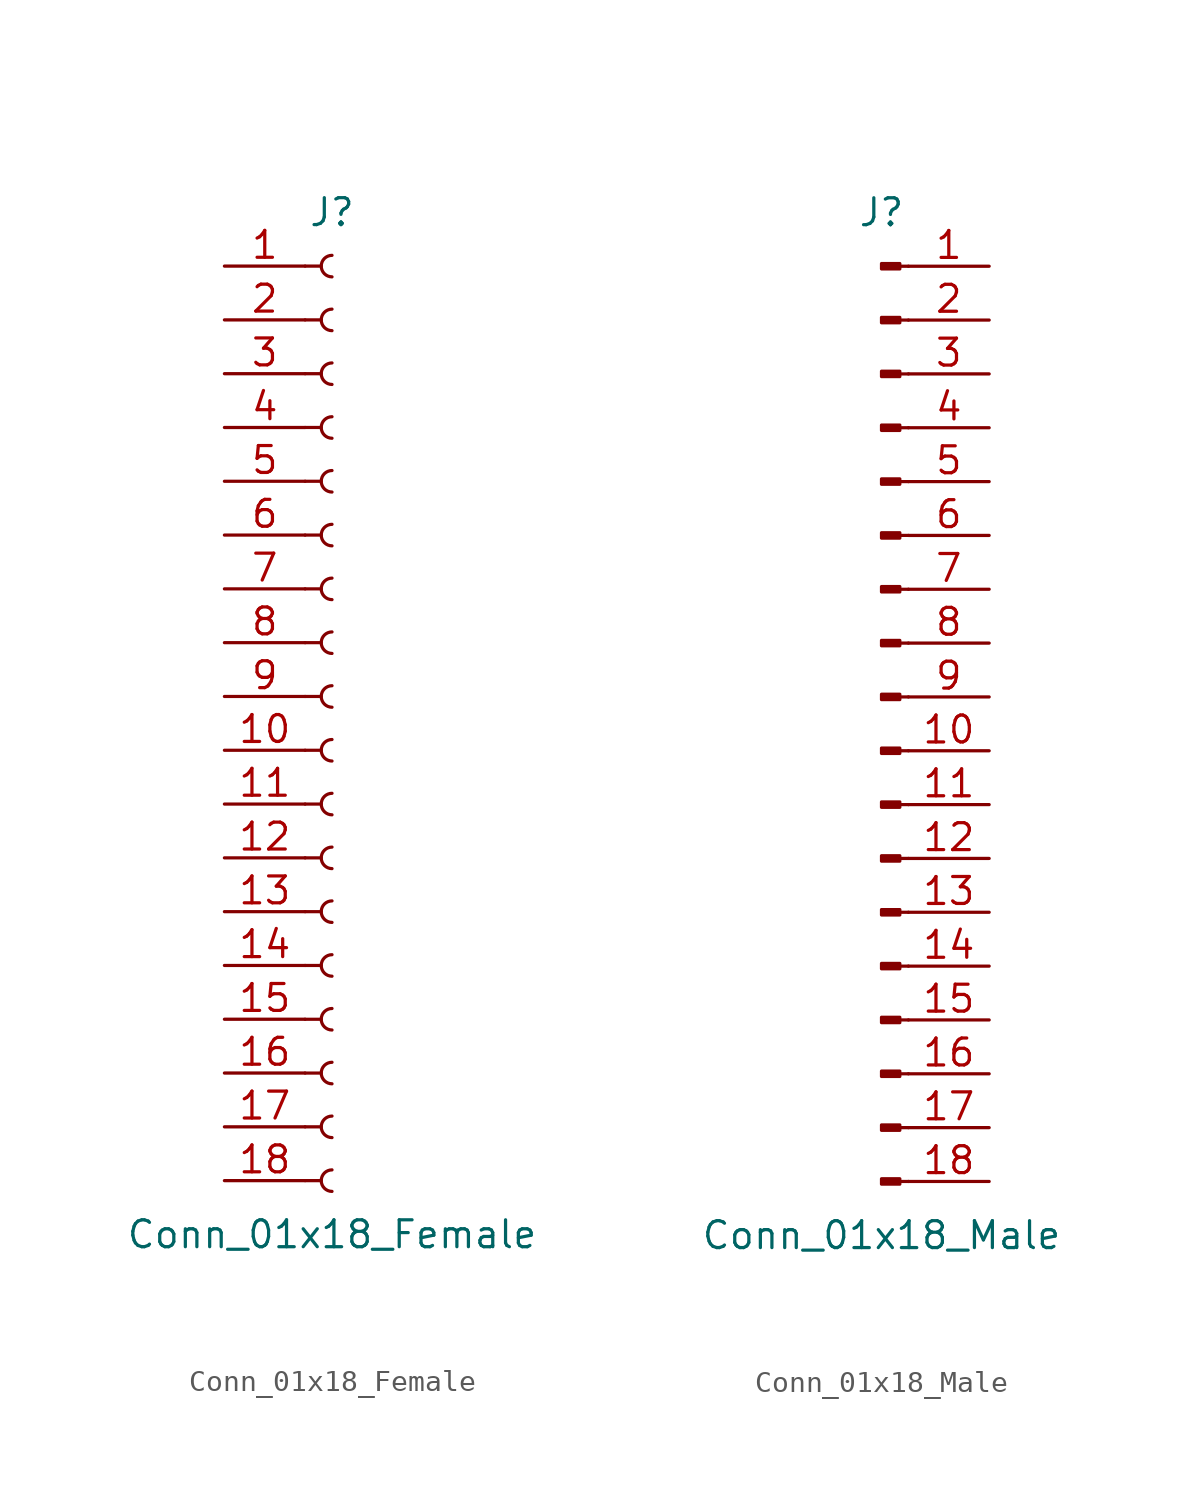
<source format=kicad_sym>
(kicad_symbol_lib
  (version 20211014)
  (generator kicad_symbol_editor)
  (symbol "Conn_01x18_Female"
    (pin_names
      (offset 1.016) hide)
    (property "Reference" "J"
      (at 0 22.86 0)
      (effects (font (size 1.27 1.27))))
    (property "Value" "Conn_01x18_Female"
      (at 0 -25.4 0)
      (effects (font (size 1.27 1.27))))
    (symbol "Conn_01x18_Female_1_1"
      (arc (start 0 -22.352) (mid -0.508 -22.86) (end 0 -23.368) (stroke (width 0.1524) (type default) (color 0 0 0 0)) (fill (type none)))
      (arc (start 0 -19.812) (mid -0.508 -20.32) (end 0 -20.828) (stroke (width 0.1524) (type default) (color 0 0 0 0)) (fill (type none)))
      (arc (start 0 -17.272) (mid -0.508 -17.78) (end 0 -18.288) (stroke (width 0.1524) (type default) (color 0 0 0 0)) (fill (type none)))
      (arc (start 0 -14.732) (mid -0.508 -15.24) (end 0 -15.748) (stroke (width 0.1524) (type default) (color 0 0 0 0)) (fill (type none)))
      (arc (start 0 -12.192) (mid -0.508 -12.7) (end 0 -13.208) (stroke (width 0.1524) (type default) (color 0 0 0 0)) (fill (type none)))
      (arc (start 0 -9.652) (mid -0.508 -10.16) (end 0 -10.668) (stroke (width 0.1524) (type default) (color 0 0 0 0)) (fill (type none)))
      (arc (start 0 -7.112) (mid -0.508 -7.62) (end 0 -8.128) (stroke (width 0.1524) (type default) (color 0 0 0 0)) (fill (type none)))
      (arc (start 0 -4.572) (mid -0.508 -5.08) (end 0 -5.588) (stroke (width 0.1524) (type default) (color 0 0 0 0)) (fill (type none)))
      (arc (start 0 -2.032) (mid -0.508 -2.54) (end 0 -3.048) (stroke (width 0.1524) (type default) (color 0 0 0 0)) (fill (type none)))
      (polyline (pts (xy -1.27 -22.86) (xy -0.508 -22.86)) (stroke (width 0.152) (type default) (color 0 0 0 0)) (fill (type none)))
      (polyline (pts (xy -1.27 -20.32) (xy -0.508 -20.32)) (stroke (width 0.152) (type default) (color 0 0 0 0)) (fill (type none)))
      (polyline (pts (xy -1.27 -17.78) (xy -0.508 -17.78)) (stroke (width 0.152) (type default) (color 0 0 0 0)) (fill (type none)))
      (polyline (pts (xy -1.27 -15.24) (xy -0.508 -15.24)) (stroke (width 0.152) (type default) (color 0 0 0 0)) (fill (type none)))
      (polyline (pts (xy -1.27 -12.7) (xy -0.508 -12.7)) (stroke (width 0.152) (type default) (color 0 0 0 0)) (fill (type none)))
      (polyline (pts (xy -1.27 -10.16) (xy -0.508 -10.16)) (stroke (width 0.152) (type default) (color 0 0 0 0)) (fill (type none)))
      (polyline (pts (xy -1.27 -7.62) (xy -0.508 -7.62)) (stroke (width 0.152) (type default) (color 0 0 0 0)) (fill (type none)))
      (polyline (pts (xy -1.27 -5.08) (xy -0.508 -5.08)) (stroke (width 0.152) (type default) (color 0 0 0 0)) (fill (type none)))
      (polyline (pts (xy -1.27 -2.54) (xy -0.508 -2.54)) (stroke (width 0.152) (type default) (color 0 0 0 0)) (fill (type none)))
      (polyline (pts (xy -1.27 0) (xy -0.508 0)) (stroke (width 0.152) (type default) (color 0 0 0 0)) (fill (type none)))
      (polyline (pts (xy -1.27 2.54) (xy -0.508 2.54)) (stroke (width 0.152) (type default) (color 0 0 0 0)) (fill (type none)))
      (polyline (pts (xy -1.27 5.08) (xy -0.508 5.08)) (stroke (width 0.152) (type default) (color 0 0 0 0)) (fill (type none)))
      (polyline (pts (xy -1.27 7.62) (xy -0.508 7.62)) (stroke (width 0.152) (type default) (color 0 0 0 0)) (fill (type none)))
      (polyline (pts (xy -1.27 10.16) (xy -0.508 10.16)) (stroke (width 0.152) (type default) (color 0 0 0 0)) (fill (type none)))
      (polyline (pts (xy -1.27 12.7) (xy -0.508 12.7)) (stroke (width 0.152) (type default) (color 0 0 0 0)) (fill (type none)))
      (polyline (pts (xy -1.27 15.24) (xy -0.508 15.24)) (stroke (width 0.152) (type default) (color 0 0 0 0)) (fill (type none)))
      (polyline (pts (xy -1.27 17.78) (xy -0.508 17.78)) (stroke (width 0.152) (type default) (color 0 0 0 0)) (fill (type none)))
      (polyline (pts (xy -1.27 20.32) (xy -0.508 20.32)) (stroke (width 0.152) (type default) (color 0 0 0 0)) (fill (type none)))
      (arc (start 0 0.508) (mid -0.508 0) (end 0 -0.508) (stroke (width 0.1524) (type default) (color 0 0 0 0)) (fill (type none)))
      (arc (start 0 3.048) (mid -0.508 2.54) (end 0 2.032) (stroke (width 0.1524) (type default) (color 0 0 0 0)) (fill (type none)))
      (arc (start 0 5.588) (mid -0.508 5.08) (end 0 4.572) (stroke (width 0.1524) (type default) (color 0 0 0 0)) (fill (type none)))
      (arc (start 0 8.128) (mid -0.508 7.62) (end 0 7.112) (stroke (width 0.1524) (type default) (color 0 0 0 0)) (fill (type none)))
      (arc (start 0 10.668) (mid -0.508 10.16) (end 0 9.652) (stroke (width 0.1524) (type default) (color 0 0 0 0)) (fill (type none)))
      (arc (start 0 13.208) (mid -0.508 12.7) (end 0 12.192) (stroke (width 0.1524) (type default) (color 0 0 0 0)) (fill (type none)))
      (arc (start 0 15.748) (mid -0.508 15.24) (end 0 14.732) (stroke (width 0.1524) (type default) (color 0 0 0 0)) (fill (type none)))
      (arc (start 0 18.288) (mid -0.508 17.78) (end 0 17.272) (stroke (width 0.1524) (type default) (color 0 0 0 0)) (fill (type none)))
      (arc (start 0 20.828) (mid -0.508 20.32) (end 0 19.812) (stroke (width 0.1524) (type default) (color 0 0 0 0)) (fill (type none)))
      (pin passive line (at -5.08 20.32 0) (length 3.81) (name "Pin_1" (effects (font (size 1.27 1.27)))) (number "1" (effects (font (size 1.27 1.27)))))
      (pin passive line (at -5.08 -2.54 0) (length 3.81) (name "Pin_10" (effects (font (size 1.27 1.27)))) (number "10" (effects (font (size 1.27 1.27)))))
      (pin passive line (at -5.08 -5.08 0) (length 3.81) (name "Pin_11" (effects (font (size 1.27 1.27)))) (number "11" (effects (font (size 1.27 1.27)))))
      (pin passive line (at -5.08 -7.62 0) (length 3.81) (name "Pin_12" (effects (font (size 1.27 1.27)))) (number "12" (effects (font (size 1.27 1.27)))))
      (pin passive line (at -5.08 -10.16 0) (length 3.81) (name "Pin_13" (effects (font (size 1.27 1.27)))) (number "13" (effects (font (size 1.27 1.27)))))
      (pin passive line (at -5.08 -12.7 0) (length 3.81) (name "Pin_14" (effects (font (size 1.27 1.27)))) (number "14" (effects (font (size 1.27 1.27)))))
      (pin passive line (at -5.08 -15.24 0) (length 3.81) (name "Pin_15" (effects (font (size 1.27 1.27)))) (number "15" (effects (font (size 1.27 1.27)))))
      (pin passive line (at -5.08 -17.78 0) (length 3.81) (name "Pin_16" (effects (font (size 1.27 1.27)))) (number "16" (effects (font (size 1.27 1.27)))))
      (pin passive line (at -5.08 -20.32 0) (length 3.81) (name "Pin_17" (effects (font (size 1.27 1.27)))) (number "17" (effects (font (size 1.27 1.27)))))
      (pin passive line (at -5.08 -22.86 0) (length 3.81) (name "Pin_18" (effects (font (size 1.27 1.27)))) (number "18" (effects (font (size 1.27 1.27)))))
      (pin passive line (at -5.08 17.78 0) (length 3.81) (name "Pin_2" (effects (font (size 1.27 1.27)))) (number "2" (effects (font (size 1.27 1.27)))))
      (pin passive line (at -5.08 15.24 0) (length 3.81) (name "Pin_3" (effects (font (size 1.27 1.27)))) (number "3" (effects (font (size 1.27 1.27)))))
      (pin passive line (at -5.08 12.7 0) (length 3.81) (name "Pin_4" (effects (font (size 1.27 1.27)))) (number "4" (effects (font (size 1.27 1.27)))))
      (pin passive line (at -5.08 10.16 0) (length 3.81) (name "Pin_5" (effects (font (size 1.27 1.27)))) (number "5" (effects (font (size 1.27 1.27)))))
      (pin passive line (at -5.08 7.62 0) (length 3.81) (name "Pin_6" (effects (font (size 1.27 1.27)))) (number "6" (effects (font (size 1.27 1.27)))))
      (pin passive line (at -5.08 5.08 0) (length 3.81) (name "Pin_7" (effects (font (size 1.27 1.27)))) (number "7" (effects (font (size 1.27 1.27)))))
      (pin passive line (at -5.08 2.54 0) (length 3.81) (name "Pin_8" (effects (font (size 1.27 1.27)))) (number "8" (effects (font (size 1.27 1.27)))))
      (pin passive line (at -5.08 0 0) (length 3.81) (name "Pin_9" (effects (font (size 1.27 1.27)))) (number "9" (effects (font (size 1.27 1.27)))))))
  (symbol "Conn_01x18_Male"
    (pin_names
      (offset 1.016) hide)
    (property "Reference" "J"
      (at 0 22.86 0)
      (effects (font (size 1.27 1.27))))
    (property "Value" "Conn_01x18_Male"
      (at 0 -25.4 0)
      (effects (font (size 1.27 1.27))))
    (symbol "Conn_01x18_Male_1_1"
      (polyline (pts (xy 1.27 -22.86) (xy 0.864 -22.86)) (stroke (width 0.152) (type default) (color 0 0 0 0)) (fill (type none)))
      (polyline (pts (xy 1.27 -20.32) (xy 0.864 -20.32)) (stroke (width 0.152) (type default) (color 0 0 0 0)) (fill (type none)))
      (polyline (pts (xy 1.27 -17.78) (xy 0.864 -17.78)) (stroke (width 0.152) (type default) (color 0 0 0 0)) (fill (type none)))
      (polyline (pts (xy 1.27 -15.24) (xy 0.864 -15.24)) (stroke (width 0.152) (type default) (color 0 0 0 0)) (fill (type none)))
      (polyline (pts (xy 1.27 -12.7) (xy 0.864 -12.7)) (stroke (width 0.152) (type default) (color 0 0 0 0)) (fill (type none)))
      (polyline (pts (xy 1.27 -10.16) (xy 0.864 -10.16)) (stroke (width 0.152) (type default) (color 0 0 0 0)) (fill (type none)))
      (polyline (pts (xy 1.27 -7.62) (xy 0.864 -7.62)) (stroke (width 0.152) (type default) (color 0 0 0 0)) (fill (type none)))
      (polyline (pts (xy 1.27 -5.08) (xy 0.864 -5.08)) (stroke (width 0.152) (type default) (color 0 0 0 0)) (fill (type none)))
      (polyline (pts (xy 1.27 -2.54) (xy 0.864 -2.54)) (stroke (width 0.152) (type default) (color 0 0 0 0)) (fill (type none)))
      (polyline (pts (xy 1.27 0) (xy 0.864 0)) (stroke (width 0.152) (type default) (color 0 0 0 0)) (fill (type none)))
      (polyline (pts (xy 1.27 2.54) (xy 0.864 2.54)) (stroke (width 0.152) (type default) (color 0 0 0 0)) (fill (type none)))
      (polyline (pts (xy 1.27 5.08) (xy 0.864 5.08)) (stroke (width 0.152) (type default) (color 0 0 0 0)) (fill (type none)))
      (polyline (pts (xy 1.27 7.62) (xy 0.864 7.62)) (stroke (width 0.152) (type default) (color 0 0 0 0)) (fill (type none)))
      (polyline (pts (xy 1.27 10.16) (xy 0.864 10.16)) (stroke (width 0.152) (type default) (color 0 0 0 0)) (fill (type none)))
      (polyline (pts (xy 1.27 12.7) (xy 0.864 12.7)) (stroke (width 0.152) (type default) (color 0 0 0 0)) (fill (type none)))
      (polyline (pts (xy 1.27 15.24) (xy 0.864 15.24)) (stroke (width 0.152) (type default) (color 0 0 0 0)) (fill (type none)))
      (polyline (pts (xy 1.27 17.78) (xy 0.864 17.78)) (stroke (width 0.152) (type default) (color 0 0 0 0)) (fill (type none)))
      (polyline (pts (xy 1.27 20.32) (xy 0.864 20.32)) (stroke (width 0.152) (type default) (color 0 0 0 0)) (fill (type none)))
      (rectangle (start 0.864 -22.733) (end 0 -22.987) (stroke (width 0.152) (type default) (color 0 0 0 0)) (fill (type outline)))
      (rectangle (start 0.864 -20.193) (end 0 -20.447) (stroke (width 0.152) (type default) (color 0 0 0 0)) (fill (type outline)))
      (rectangle (start 0.864 -17.653) (end 0 -17.907) (stroke (width 0.152) (type default) (color 0 0 0 0)) (fill (type outline)))
      (rectangle (start 0.864 -15.113) (end 0 -15.367) (stroke (width 0.152) (type default) (color 0 0 0 0)) (fill (type outline)))
      (rectangle (start 0.864 -12.573) (end 0 -12.827) (stroke (width 0.152) (type default) (color 0 0 0 0)) (fill (type outline)))
      (rectangle (start 0.864 -10.033) (end 0 -10.287) (stroke (width 0.152) (type default) (color 0 0 0 0)) (fill (type outline)))
      (rectangle (start 0.864 -7.493) (end 0 -7.747) (stroke (width 0.152) (type default) (color 0 0 0 0)) (fill (type outline)))
      (rectangle (start 0.864 -4.953) (end 0 -5.207) (stroke (width 0.152) (type default) (color 0 0 0 0)) (fill (type outline)))
      (rectangle (start 0.864 -2.413) (end 0 -2.667) (stroke (width 0.152) (type default) (color 0 0 0 0)) (fill (type outline)))
      (rectangle (start 0.864 0.127) (end 0 -0.127) (stroke (width 0.152) (type default) (color 0 0 0 0)) (fill (type outline)))
      (rectangle (start 0.864 2.667) (end 0 2.413) (stroke (width 0.152) (type default) (color 0 0 0 0)) (fill (type outline)))
      (rectangle (start 0.864 5.207) (end 0 4.953) (stroke (width 0.152) (type default) (color 0 0 0 0)) (fill (type outline)))
      (rectangle (start 0.864 7.747) (end 0 7.493) (stroke (width 0.152) (type default) (color 0 0 0 0)) (fill (type outline)))
      (rectangle (start 0.864 10.287) (end 0 10.033) (stroke (width 0.152) (type default) (color 0 0 0 0)) (fill (type outline)))
      (rectangle (start 0.864 12.827) (end 0 12.573) (stroke (width 0.152) (type default) (color 0 0 0 0)) (fill (type outline)))
      (rectangle (start 0.864 15.367) (end 0 15.113) (stroke (width 0.152) (type default) (color 0 0 0 0)) (fill (type outline)))
      (rectangle (start 0.864 17.907) (end 0 17.653) (stroke (width 0.152) (type default) (color 0 0 0 0)) (fill (type outline)))
      (rectangle (start 0.864 20.447) (end 0 20.193) (stroke (width 0.152) (type default) (color 0 0 0 0)) (fill (type outline)))
      (pin passive line (at 5.08 20.32 180) (length 3.81) (name "Pin_1" (effects (font (size 1.27 1.27)))) (number "1" (effects (font (size 1.27 1.27)))))
      (pin passive line (at 5.08 -2.54 180) (length 3.81) (name "Pin_10" (effects (font (size 1.27 1.27)))) (number "10" (effects (font (size 1.27 1.27)))))
      (pin passive line (at 5.08 -5.08 180) (length 3.81) (name "Pin_11" (effects (font (size 1.27 1.27)))) (number "11" (effects (font (size 1.27 1.27)))))
      (pin passive line (at 5.08 -7.62 180) (length 3.81) (name "Pin_12" (effects (font (size 1.27 1.27)))) (number "12" (effects (font (size 1.27 1.27)))))
      (pin passive line (at 5.08 -10.16 180) (length 3.81) (name "Pin_13" (effects (font (size 1.27 1.27)))) (number "13" (effects (font (size 1.27 1.27)))))
      (pin passive line (at 5.08 -12.7 180) (length 3.81) (name "Pin_14" (effects (font (size 1.27 1.27)))) (number "14" (effects (font (size 1.27 1.27)))))
      (pin passive line (at 5.08 -15.24 180) (length 3.81) (name "Pin_15" (effects (font (size 1.27 1.27)))) (number "15" (effects (font (size 1.27 1.27)))))
      (pin passive line (at 5.08 -17.78 180) (length 3.81) (name "Pin_16" (effects (font (size 1.27 1.27)))) (number "16" (effects (font (size 1.27 1.27)))))
      (pin passive line (at 5.08 -20.32 180) (length 3.81) (name "Pin_17" (effects (font (size 1.27 1.27)))) (number "17" (effects (font (size 1.27 1.27)))))
      (pin passive line (at 5.08 -22.86 180) (length 3.81) (name "Pin_18" (effects (font (size 1.27 1.27)))) (number "18" (effects (font (size 1.27 1.27)))))
      (pin passive line (at 5.08 17.78 180) (length 3.81) (name "Pin_2" (effects (font (size 1.27 1.27)))) (number "2" (effects (font (size 1.27 1.27)))))
      (pin passive line (at 5.08 15.24 180) (length 3.81) (name "Pin_3" (effects (font (size 1.27 1.27)))) (number "3" (effects (font (size 1.27 1.27)))))
      (pin passive line (at 5.08 12.7 180) (length 3.81) (name "Pin_4" (effects (font (size 1.27 1.27)))) (number "4" (effects (font (size 1.27 1.27)))))
      (pin passive line (at 5.08 10.16 180) (length 3.81) (name "Pin_5" (effects (font (size 1.27 1.27)))) (number "5" (effects (font (size 1.27 1.27)))))
      (pin passive line (at 5.08 7.62 180) (length 3.81) (name "Pin_6" (effects (font (size 1.27 1.27)))) (number "6" (effects (font (size 1.27 1.27)))))
      (pin passive line (at 5.08 5.08 180) (length 3.81) (name "Pin_7" (effects (font (size 1.27 1.27)))) (number "7" (effects (font (size 1.27 1.27)))))
      (pin passive line (at 5.08 2.54 180) (length 3.81) (name "Pin_8" (effects (font (size 1.27 1.27)))) (number "8" (effects (font (size 1.27 1.27)))))
      (pin passive line (at 5.08 0 180) (length 3.81) (name "Pin_9" (effects (font (size 1.27 1.27)))) (number "9" (effects (font (size 1.27 1.27))))))))
</source>
